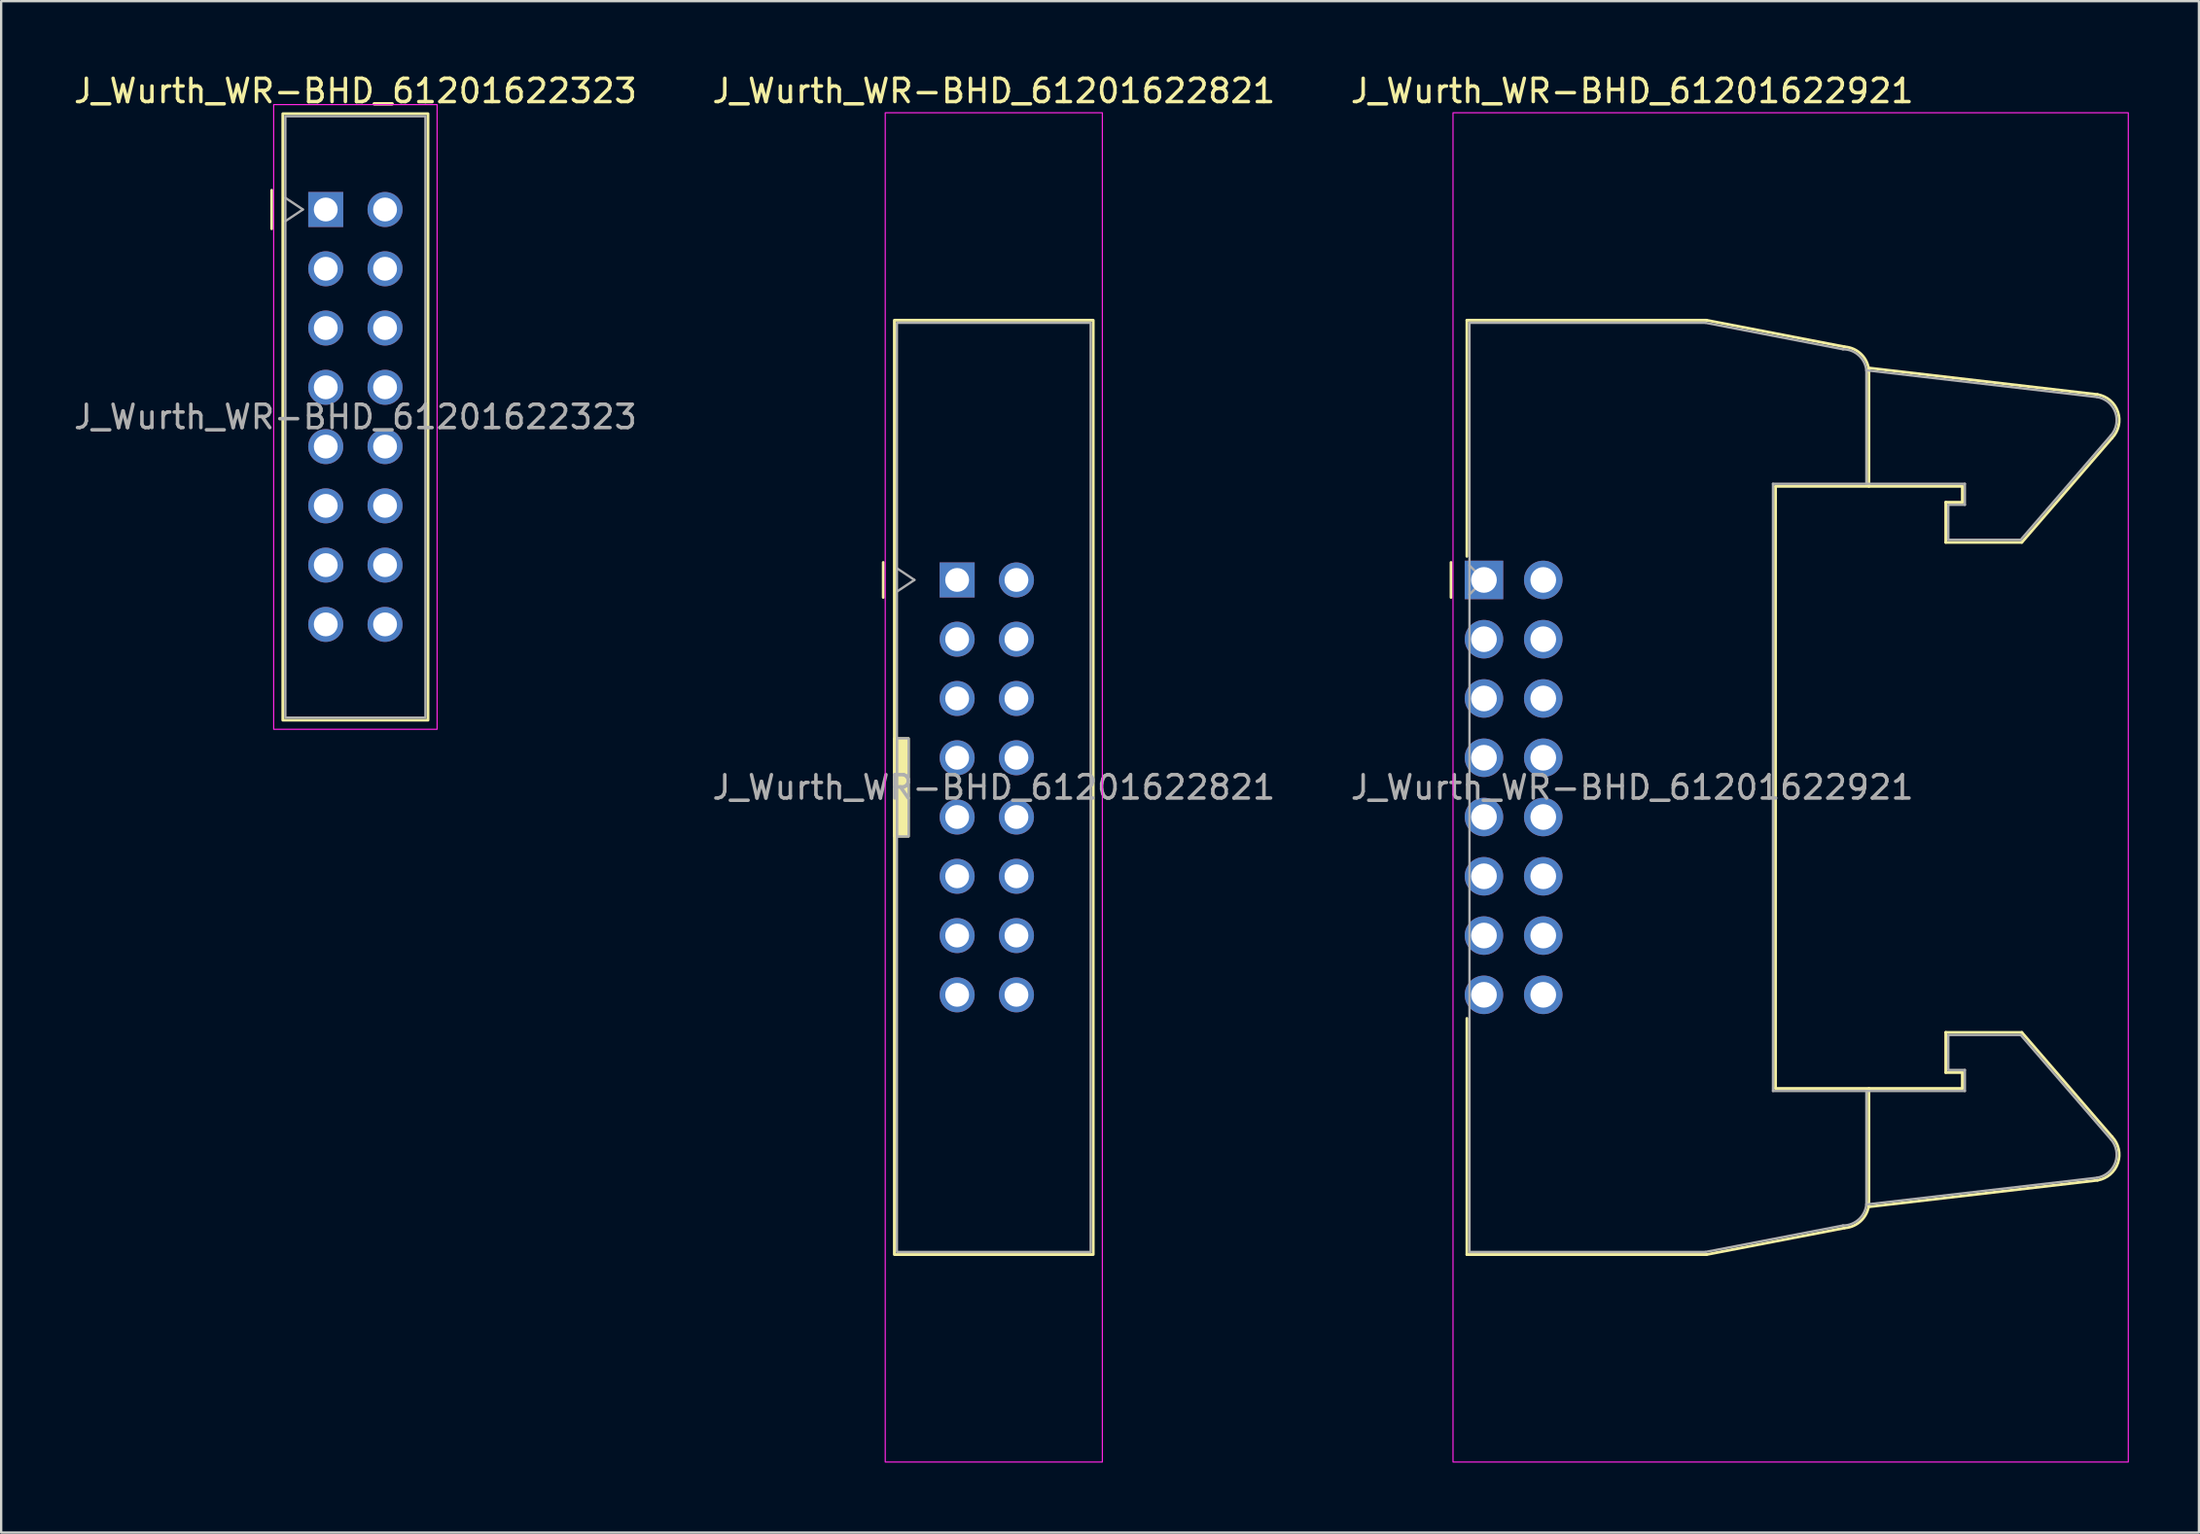
<source format=kicad_pcb>
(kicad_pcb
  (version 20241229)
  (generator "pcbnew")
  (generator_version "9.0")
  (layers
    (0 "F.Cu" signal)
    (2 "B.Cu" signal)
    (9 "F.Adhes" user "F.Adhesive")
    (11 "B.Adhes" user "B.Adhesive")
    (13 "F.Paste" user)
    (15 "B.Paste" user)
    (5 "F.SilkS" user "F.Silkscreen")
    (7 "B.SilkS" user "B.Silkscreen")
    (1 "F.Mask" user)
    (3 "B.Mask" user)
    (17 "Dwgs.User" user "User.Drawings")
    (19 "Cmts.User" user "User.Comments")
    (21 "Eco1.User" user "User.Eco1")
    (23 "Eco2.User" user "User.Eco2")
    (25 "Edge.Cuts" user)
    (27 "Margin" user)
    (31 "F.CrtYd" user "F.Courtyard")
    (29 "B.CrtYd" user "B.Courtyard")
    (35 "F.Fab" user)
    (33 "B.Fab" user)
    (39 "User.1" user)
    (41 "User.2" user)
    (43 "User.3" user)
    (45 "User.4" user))
  (footprint "J_Wurth_WR-BHD_61201622821"
    (layer "F.Cu")
    (at 37.948 21.803)
    (property "Reference" "J_Wurth_WR-BHD_61201622821" (at 1.57 -20.955 0) (unlocked yes) (layer "F.SilkS") (effects (font (size 1 1) (thickness 0.15))))
    (attr through_hole)
    (fp_line (start -3.165 -0.75) (end -3.165 0.75) (stroke (width 0.12) (type solid)) (layer "F.SilkS"))
    (fp_rect (start -2.69 -11.13) (end 5.83 28.91) (stroke (width 0.12) (type solid)) (fill no) (layer "F.SilkS"))
    (fp_rect (start -2.69 6.79) (end -2.08 10.99) (stroke (width 0.1) (type solid)) (fill yes) (layer "F.SilkS"))
    (fp_rect (start -3.08 -20.02) (end 6.22 37.8) (stroke (width 0.05) (type solid)) (fill no) (layer "F.CrtYd"))
    (fp_line (start -1.83 0) (end -2.58 -0.5) (stroke (width 0.1) (type solid)) (layer "F.Fab"))
    (fp_line (start -1.83 0) (end -2.58 0.5) (stroke (width 0.1) (type solid)) (layer "F.Fab"))
    (fp_rect (start -2.58 -11.02) (end 5.72 28.8) (stroke (width 0.1) (type solid)) (fill no) (layer "F.Fab"))
    (fp_rect (start -2.58 6.79) (end -2.08 10.99) (stroke (width 0.1) (type solid)) (fill no) (layer "F.Fab"))
    (fp_text user "${REFERENCE}" (at 1.57 8.89 0) (unlocked yes) (layer "F.Fab") (effects (font (size 1 1) (thickness 0.15))))
    (pad "1" thru_hole rect (at 0 0 270) (size 1.5 1.5) (drill 1.02) (layers "*.Cu" "*.Mask"))
    (pad "2" thru_hole circle (at 2.54 0 270) (size 1.5 1.5) (drill 1.02) (layers "*.Cu" "*.Mask"))
    (pad "3" thru_hole circle (at 0 2.54 270) (size 1.5 1.5) (drill 1.02) (layers "*.Cu" "*.Mask"))
    (pad "4" thru_hole circle (at 2.54 2.54 270) (size 1.5 1.5) (drill 1.02) (layers "*.Cu" "*.Mask"))
    (pad "5" thru_hole circle (at 0 5.08 270) (size 1.5 1.5) (drill 1.02) (layers "*.Cu" "*.Mask"))
    (pad "6" thru_hole circle (at 2.54 5.08 270) (size 1.5 1.5) (drill 1.02) (layers "*.Cu" "*.Mask"))
    (pad "7" thru_hole circle (at 0 7.62 270) (size 1.5 1.5) (drill 1.02) (layers "*.Cu" "*.Mask"))
    (pad "8" thru_hole circle (at 2.54 7.62 270) (size 1.5 1.5) (drill 1.02) (layers "*.Cu" "*.Mask"))
    (pad "9" thru_hole circle (at 0 10.16 270) (size 1.5 1.5) (drill 1.02) (layers "*.Cu" "*.Mask"))
    (pad "10" thru_hole circle (at 2.54 10.16 270) (size 1.5 1.5) (drill 1.02) (layers "*.Cu" "*.Mask"))
    (pad "11" thru_hole circle (at 0 12.7 270) (size 1.5 1.5) (drill 1.02) (layers "*.Cu" "*.Mask"))
    (pad "12" thru_hole circle (at 2.54 12.7 270) (size 1.5 1.5) (drill 1.02) (layers "*.Cu" "*.Mask"))
    (pad "13" thru_hole circle (at 0 15.24 270) (size 1.5 1.5) (drill 1.02) (layers "*.Cu" "*.Mask"))
    (pad "14" thru_hole circle (at 2.54 15.24 270) (size 1.5 1.5) (drill 1.02) (layers "*.Cu" "*.Mask"))
    (pad "15" thru_hole circle (at 0 17.78 270) (size 1.5 1.5) (drill 1.02) (layers "*.Cu" "*.Mask"))
    (pad "16" thru_hole circle (at 2.54 17.78 270) (size 1.5 1.5) (drill 1.02) (layers "*.Cu" "*.Mask")))
  (footprint "J_Wurth_WR-BHD_61201622323"
    (layer "F.Cu")
    (at 10.903 5.928)
    (property "Reference" "J_Wurth_WR-BHD_61201622323" (at 1.27 -5.08 0) (unlocked yes) (layer "F.SilkS") (effects (font (size 1 1) (thickness 0.15))))
    (attr through_hole)
    (fp_line (start -2.315 -0.825) (end -2.315 0.825) (stroke (width 0.12) (type solid)) (layer "F.SilkS"))
    (fp_rect (start -1.84 -4.105) (end 4.38 21.885) (stroke (width 0.12) (type solid)) (fill no) (layer "F.SilkS"))
    (fp_rect (start -2.23 -4.495) (end 4.77 22.275) (stroke (width 0.05) (type solid)) (fill no) (layer "F.CrtYd"))
    (fp_line (start -0.98 0) (end -1.73 -0.5) (stroke (width 0.1) (type solid)) (layer "F.Fab"))
    (fp_line (start -0.98 0) (end -1.73 0.5) (stroke (width 0.1) (type solid)) (layer "F.Fab"))
    (fp_rect (start -1.73 -3.995) (end 4.27 21.775) (stroke (width 0.1) (type solid)) (fill no) (layer "F.Fab"))
    (fp_text user "${REFERENCE}" (at 1.27 8.89 0) (unlocked yes) (layer "F.Fab") (effects (font (size 1 1) (thickness 0.15))))
    (pad "1" thru_hole rect (at 0 0 270) (size 1.5 1.5) (drill 1.02) (layers "*.Cu" "*.Mask"))
    (pad "2" thru_hole circle (at 2.54 0 270) (size 1.5 1.5) (drill 1.02) (layers "*.Cu" "*.Mask"))
    (pad "3" thru_hole circle (at 0 2.54 270) (size 1.5 1.5) (drill 1.02) (layers "*.Cu" "*.Mask"))
    (pad "4" thru_hole circle (at 2.54 2.54 270) (size 1.5 1.5) (drill 1.02) (layers "*.Cu" "*.Mask"))
    (pad "5" thru_hole circle (at 0 5.08 270) (size 1.5 1.5) (drill 1.02) (layers "*.Cu" "*.Mask"))
    (pad "6" thru_hole circle (at 2.54 5.08 270) (size 1.5 1.5) (drill 1.02) (layers "*.Cu" "*.Mask"))
    (pad "7" thru_hole circle (at 0 7.62 270) (size 1.5 1.5) (drill 1.02) (layers "*.Cu" "*.Mask"))
    (pad "8" thru_hole circle (at 2.54 7.62 270) (size 1.5 1.5) (drill 1.02) (layers "*.Cu" "*.Mask"))
    (pad "9" thru_hole circle (at 0 10.16 270) (size 1.5 1.5) (drill 1.02) (layers "*.Cu" "*.Mask"))
    (pad "10" thru_hole circle (at 2.54 10.16 270) (size 1.5 1.5) (drill 1.02) (layers "*.Cu" "*.Mask"))
    (pad "11" thru_hole circle (at 0 12.7 270) (size 1.5 1.5) (drill 1.02) (layers "*.Cu" "*.Mask"))
    (pad "12" thru_hole circle (at 2.54 12.7 270) (size 1.5 1.5) (drill 1.02) (layers "*.Cu" "*.Mask"))
    (pad "13" thru_hole circle (at 0 15.24 270) (size 1.5 1.5) (drill 1.02) (layers "*.Cu" "*.Mask"))
    (pad "14" thru_hole circle (at 2.54 15.24 270) (size 1.5 1.5) (drill 1.02) (layers "*.Cu" "*.Mask"))
    (pad "15" thru_hole circle (at 0 17.78 270) (size 1.5 1.5) (drill 1.02) (layers "*.Cu" "*.Mask"))
    (pad "16" thru_hole circle (at 2.54 17.78 270) (size 1.5 1.5) (drill 1.02) (layers "*.Cu" "*.Mask")))
  (footprint "J_Wurth_WR-BHD_61201622921"
    (layer "F.Cu")
    (at 60.513 21.803)
    (property "Reference" "J_Wurth_WR-BHD_61201622921" (at 6.35 -20.955 0) (unlocked yes) (layer "F.SilkS") (effects (font (size 1 1) (thickness 0.15))))
    (attr through_hole)
    (fp_line (start -1.41 -0.75) (end -1.41 0.75) (stroke (width 0.12) (type solid)) (layer "F.SilkS"))
    (fp_line (start -0.73 -11.13) (end -0.73 -1.01) (stroke (width 0.12) (type solid)) (layer "F.SilkS"))
    (fp_line (start -0.73 -11.13) (end 9.534 -11.13) (stroke (width 0.12) (type solid)) (layer "F.SilkS"))
    (fp_line (start -0.73 28.91) (end -0.73 18.79) (stroke (width 0.12) (type solid)) (layer "F.SilkS"))
    (fp_line (start -0.73 28.91) (end 9.534 28.91) (stroke (width 0.12) (type solid)) (layer "F.SilkS"))
    (fp_line (start 9.534 -11.13) (end 15.443 -9.992) (stroke (width 0.12) (type solid)) (layer "F.SilkS"))
    (fp_line (start 9.534 28.91) (end 15.443 27.772) (stroke (width 0.12) (type solid)) (layer "F.SilkS"))
    (fp_line (start 12.49 21.79) (end 12.49 -4.01) (stroke (width 0.12) (type solid)) (layer "F.SilkS"))
    (fp_line (start 16.49 -8.975) (end 16.49 -4.01) (stroke (width 0.12) (type solid)) (layer "F.SilkS"))
    (fp_line (start 16.49 26.755) (end 16.49 21.79) (stroke (width 0.12) (type solid)) (layer "F.SilkS"))
    (fp_line (start 19.78 -3.33) (end 19.78 -1.61) (stroke (width 0.12) (type solid)) (layer "F.SilkS"))
    (fp_line (start 19.78 -1.61) (end 23.04 -1.61) (stroke (width 0.12) (type solid)) (layer "F.SilkS"))
    (fp_line (start 19.78 19.39) (end 23.04 19.39) (stroke (width 0.12) (type solid)) (layer "F.SilkS"))
    (fp_line (start 19.78 21.11) (end 19.78 19.39) (stroke (width 0.12) (type solid)) (layer "F.SilkS"))
    (fp_line (start 20.49 -4.01) (end 12.49 -4.01) (stroke (width 0.12) (type solid)) (layer "F.SilkS"))
    (fp_line (start 20.49 -3.33) (end 19.78 -3.33) (stroke (width 0.12) (type solid)) (layer "F.SilkS"))
    (fp_line (start 20.49 -3.33) (end 20.49 -4.01) (stroke (width 0.12) (type solid)) (layer "F.SilkS"))
    (fp_line (start 20.49 21.11) (end 19.78 21.11) (stroke (width 0.12) (type solid)) (layer "F.SilkS"))
    (fp_line (start 20.49 21.11) (end 20.49 21.79) (stroke (width 0.12) (type solid)) (layer "F.SilkS"))
    (fp_line (start 20.49 21.79) (end 12.49 21.79) (stroke (width 0.12) (type solid)) (layer "F.SilkS"))
    (fp_line (start 23.04 -1.61) (end 26.903 -6.082) (stroke (width 0.12) (type solid)) (layer "F.SilkS"))
    (fp_line (start 23.04 19.39) (end 26.903 23.862) (stroke (width 0.12) (type solid)) (layer "F.SilkS"))
    (fp_line (start 26.279 -7.947) (end 16.472 -9.085) (stroke (width 0.12) (type solid)) (layer "F.SilkS"))
    (fp_line (start 26.279 25.727) (end 16.472 26.865) (stroke (width 0.12) (type solid)) (layer "F.SilkS"))
    (fp_arc (start 15.442979 -9.98974) (mid 16.176162 -9.655638) (end 16.491006 -8.913981) (stroke (width 0.12) (type solid)) (layer "F.SilkS"))
    (fp_arc (start 16.491006 26.693981) (mid 16.176162 27.435638) (end 15.442979 27.76974) (stroke (width 0.12) (type solid)) (layer "F.SilkS"))
    (fp_arc (start 26.278536 -7.946703) (mid 27.153628 -7.202846) (end 26.903 -6.082) (stroke (width 0.12) (type solid)) (layer "F.SilkS"))
    (fp_arc (start 26.903 23.862) (mid 27.153628 24.982846) (end 26.278536 25.726703) (stroke (width 0.12) (type solid)) (layer "F.SilkS"))
    (fp_rect (start -1.325 -20.02) (end 27.6 37.8) (stroke (width 0.05) (type solid)) (fill no) (layer "F.CrtYd"))
    (fp_line (start -0.62 -11.02) (end 9.484 -11.02) (stroke (width 0.1) (type solid)) (layer "F.Fab"))
    (fp_line (start -0.62 28.8) (end -0.62 -11.02) (stroke (width 0.1) (type solid)) (layer "F.Fab"))
    (fp_line (start -0.62 28.8) (end 9.484 28.8) (stroke (width 0.1) (type solid)) (layer "F.Fab"))
    (fp_line (start 0 0) (end -0.62 -0.62) (stroke (width 0.1) (type solid)) (layer "F.Fab"))
    (fp_line (start 0 0) (end -0.62 0.62) (stroke (width 0.1) (type solid)) (layer "F.Fab"))
    (fp_line (start 9.484 -11.02) (end 15.381 -9.884) (stroke (width 0.1) (type solid)) (layer "F.Fab"))
    (fp_line (start 9.484 28.8) (end 15.381 27.664) (stroke (width 0.1) (type solid)) (layer "F.Fab"))
    (fp_line (start 12.38 21.9) (end 12.38 -4.12) (stroke (width 0.1) (type solid)) (layer "F.Fab"))
    (fp_line (start 16.38 -8.975) (end 16.38 -4.12) (stroke (width 0.1) (type solid)) (layer "F.Fab"))
    (fp_line (start 16.38 26.755) (end 16.38 21.9) (stroke (width 0.1) (type solid)) (layer "F.Fab"))
    (fp_line (start 19.89 -3.22) (end 19.89 -1.72) (stroke (width 0.1) (type solid)) (layer "F.Fab"))
    (fp_line (start 19.89 -1.72) (end 22.99 -1.72) (stroke (width 0.1) (type solid)) (layer "F.Fab"))
    (fp_line (start 19.89 19.5) (end 22.99 19.5) (stroke (width 0.1) (type solid)) (layer "F.Fab"))
    (fp_line (start 19.89 21) (end 19.89 19.5) (stroke (width 0.1) (type solid)) (layer "F.Fab"))
    (fp_line (start 20.6 -4.12) (end 12.38 -4.12) (stroke (width 0.1) (type solid)) (layer "F.Fab"))
    (fp_line (start 20.6 -3.22) (end 19.89 -3.22) (stroke (width 0.1) (type solid)) (layer "F.Fab"))
    (fp_line (start 20.6 -3.22) (end 20.6 -4.12) (stroke (width 0.1) (type solid)) (layer "F.Fab"))
    (fp_line (start 20.6 21) (end 19.89 21) (stroke (width 0.1) (type solid)) (layer "F.Fab"))
    (fp_line (start 20.6 21) (end 20.6 21.9) (stroke (width 0.1) (type solid)) (layer "F.Fab"))
    (fp_line (start 20.6 21.9) (end 12.38 21.9) (stroke (width 0.1) (type solid)) (layer "F.Fab"))
    (fp_line (start 22.99 -1.72) (end 26.853 -6.192) (stroke (width 0.1) (type solid)) (layer "F.Fab"))
    (fp_line (start 22.99 19.5) (end 26.853 23.972) (stroke (width 0.1) (type solid)) (layer "F.Fab"))
    (fp_line (start 26.252 -7.838) (end 16.38 -8.984) (stroke (width 0.1) (type solid)) (layer "F.Fab"))
    (fp_line (start 26.252 25.618) (end 16.38 26.764) (stroke (width 0.1) (type solid)) (layer "F.Fab"))
    (fp_arc (start 15.380999 -9.884) (mid 16.05791 -9.620576) (end 16.38 -8.969532) (stroke (width 0.1) (type solid)) (layer "F.Fab"))
    (fp_arc (start 16.38 26.749532) (mid 16.05791 27.400576) (end 15.380999 27.664) (stroke (width 0.1) (type solid)) (layer "F.Fab"))
    (fp_arc (start 26.260676 -7.836993) (mid 27.040851 -7.188778) (end 26.852999 -6.192) (stroke (width 0.1) (type solid)) (layer "F.Fab"))
    (fp_arc (start 26.852999 23.972) (mid 27.040851 24.968778) (end 26.260676 25.616993) (stroke (width 0.1) (type solid)) (layer "F.Fab"))
    (fp_text user "${REFERENCE}" (at 6.35 8.89 0) (unlocked yes) (layer "F.Fab") (effects (font (size 1 1) (thickness 0.15))))
    (pad "1" thru_hole rect (at 0 0 90) (size 1.65 1.65) (drill 1.1) (layers "*.Cu" "*.Mask"))
    (pad "2" thru_hole circle (at 2.54 0 90) (size 1.65 1.65) (drill 1.1) (layers "*.Cu" "*.Mask"))
    (pad "3" thru_hole circle (at 0 2.54 90) (size 1.65 1.65) (drill 1.1) (layers "*.Cu" "*.Mask"))
    (pad "4" thru_hole circle (at 2.54 2.54 90) (size 1.65 1.65) (drill 1.1) (layers "*.Cu" "*.Mask"))
    (pad "5" thru_hole circle (at 0 5.08 90) (size 1.65 1.65) (drill 1.1) (layers "*.Cu" "*.Mask"))
    (pad "6" thru_hole circle (at 2.54 5.08 90) (size 1.65 1.65) (drill 1.1) (layers "*.Cu" "*.Mask"))
    (pad "7" thru_hole circle (at 0 7.62 90) (size 1.65 1.65) (drill 1.1) (layers "*.Cu" "*.Mask"))
    (pad "8" thru_hole circle (at 2.54 7.62 90) (size 1.65 1.65) (drill 1.1) (layers "*.Cu" "*.Mask"))
    (pad "9" thru_hole circle (at 0 10.16 90) (size 1.65 1.65) (drill 1.1) (layers "*.Cu" "*.Mask"))
    (pad "10" thru_hole circle (at 2.54 10.16 90) (size 1.65 1.65) (drill 1.1) (layers "*.Cu" "*.Mask"))
    (pad "11" thru_hole circle (at 0 12.7 90) (size 1.65 1.65) (drill 1.1) (layers "*.Cu" "*.Mask"))
    (pad "12" thru_hole circle (at 2.54 12.7 90) (size 1.65 1.65) (drill 1.1) (layers "*.Cu" "*.Mask"))
    (pad "13" thru_hole circle (at 0 15.24 90) (size 1.65 1.65) (drill 1.1) (layers "*.Cu" "*.Mask"))
    (pad "14" thru_hole circle (at 2.54 15.24 90) (size 1.65 1.65) (drill 1.1) (layers "*.Cu" "*.Mask"))
    (pad "15" thru_hole circle (at 0 17.78 90) (size 1.65 1.65) (drill 1.1) (layers "*.Cu" "*.Mask"))
    (pad "16" thru_hole circle (at 2.54 17.78 90) (size 1.65 1.65) (drill 1.1) (layers "*.Cu" "*.Mask")))
  (gr_rect
    (start -3 -3)
    (end 91.138 62.628)
    (stroke (width 0.1) (type default))
    (fill no)
    (layer "Edge.Cuts")))
</source>
